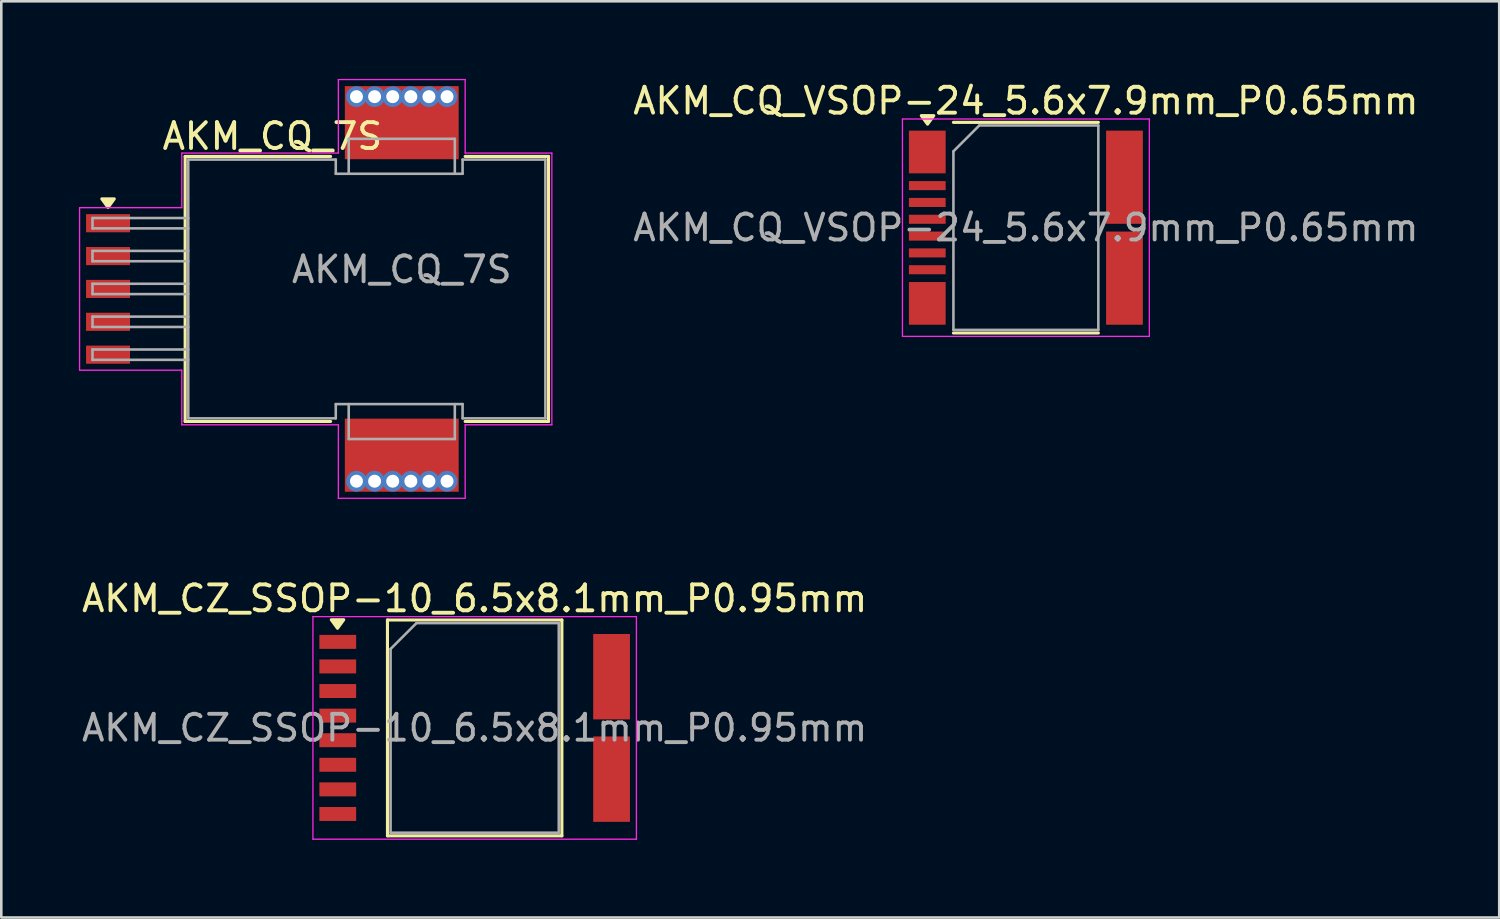
<source format=kicad_pcb>
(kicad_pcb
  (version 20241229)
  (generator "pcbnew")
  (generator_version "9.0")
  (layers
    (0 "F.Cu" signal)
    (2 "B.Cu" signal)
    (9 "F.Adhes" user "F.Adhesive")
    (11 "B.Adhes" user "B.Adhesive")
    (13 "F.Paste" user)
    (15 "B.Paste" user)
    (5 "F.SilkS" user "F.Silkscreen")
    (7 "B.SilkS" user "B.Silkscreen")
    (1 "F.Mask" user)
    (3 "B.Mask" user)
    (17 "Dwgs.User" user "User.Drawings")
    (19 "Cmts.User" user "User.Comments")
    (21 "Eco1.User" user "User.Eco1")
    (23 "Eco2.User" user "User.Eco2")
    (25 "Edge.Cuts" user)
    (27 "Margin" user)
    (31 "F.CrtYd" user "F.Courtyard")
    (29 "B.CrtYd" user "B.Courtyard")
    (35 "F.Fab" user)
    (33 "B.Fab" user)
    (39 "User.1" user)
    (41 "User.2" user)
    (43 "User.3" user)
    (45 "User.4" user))
  (footprint "AKM_CQ_7S"
    (layer "F.Cu")
    (at 7.475 8.115)
    (property "Reference" "AKM_CQ_7S" (at 0 -5.9 0) (layer "F.SilkS") (effects (font (size 1 1) (thickness 0.15))))
    (attr smd)
    (fp_line (start -3.37 -5.12) (end -3.37 5.12) (stroke (width 0.12) (type solid)) (layer "F.SilkS"))
    (fp_line (start 2.25 -5.12) (end -3.37 -5.12) (stroke (width 0.12) (type solid)) (layer "F.SilkS"))
    (fp_line (start 2.25 5.12) (end -3.37 5.12) (stroke (width 0.12) (type solid)) (layer "F.SilkS"))
    (fp_line (start 10.67 -5.12) (end 7.45 -5.12) (stroke (width 0.12) (type solid)) (layer "F.SilkS"))
    (fp_line (start 10.67 5.12) (end 7.45 5.12) (stroke (width 0.12) (type solid)) (layer "F.SilkS"))
    (fp_line (start 10.67 5.12) (end 10.67 -5.12) (stroke (width 0.12) (type solid)) (layer "F.SilkS"))
    (fp_poly (pts (xy -6.35 -3.15) (xy -6.59 -3.48) (xy -6.11 -3.48) (xy -6.35 -3.15)) (stroke (width 0.12) (type solid)) (fill yes) (layer "F.SilkS"))
    (fp_line (start -7.45 -3.14) (end -7.45 3.14) (stroke (width 0.05) (type solid)) (layer "F.CrtYd"))
    (fp_line (start -7.45 -3.14) (end -3.5 -3.14) (stroke (width 0.05) (type solid)) (layer "F.CrtYd"))
    (fp_line (start -7.45 3.14) (end -3.5 3.14) (stroke (width 0.05) (type solid)) (layer "F.CrtYd"))
    (fp_line (start -3.5 -5.25) (end 2.55 -5.25) (stroke (width 0.05) (type solid)) (layer "F.CrtYd"))
    (fp_line (start -3.5 -3.14) (end -3.5 -5.25) (stroke (width 0.05) (type solid)) (layer "F.CrtYd"))
    (fp_line (start -3.5 3.14) (end -3.5 5.25) (stroke (width 0.05) (type solid)) (layer "F.CrtYd"))
    (fp_line (start -3.5 5.25) (end 2.55 5.25) (stroke (width 0.05) (type solid)) (layer "F.CrtYd"))
    (fp_line (start 2.55 -5.25) (end 2.55 -8.09) (stroke (width 0.05) (type solid)) (layer "F.CrtYd"))
    (fp_line (start 2.55 5.25) (end 2.55 8.09) (stroke (width 0.05) (type solid)) (layer "F.CrtYd"))
    (fp_line (start 7.45 -8.09) (end 2.55 -8.09) (stroke (width 0.05) (type solid)) (layer "F.CrtYd"))
    (fp_line (start 7.45 -5.25) (end 7.45 -8.09) (stroke (width 0.05) (type solid)) (layer "F.CrtYd"))
    (fp_line (start 7.45 5.25) (end 7.45 8.09) (stroke (width 0.05) (type solid)) (layer "F.CrtYd"))
    (fp_line (start 7.45 8.09) (end 2.55 8.09) (stroke (width 0.05) (type solid)) (layer "F.CrtYd"))
    (fp_line (start 10.8 -5.25) (end 7.45 -5.25) (stroke (width 0.05) (type solid)) (layer "F.CrtYd"))
    (fp_line (start 10.8 5.25) (end 7.45 5.25) (stroke (width 0.05) (type solid)) (layer "F.CrtYd"))
    (fp_line (start 10.8 5.25) (end 10.8 -5.25) (stroke (width 0.05) (type solid)) (layer "F.CrtYd"))
    (fp_line (start -6.95 -2.74) (end -6.95 -2.34) (stroke (width 0.1) (type solid)) (layer "F.Fab"))
    (fp_line (start -6.95 -2.34) (end -3.25 -2.34) (stroke (width 0.1) (type solid)) (layer "F.Fab"))
    (fp_line (start -6.95 -1.47) (end -6.95 -1.07) (stroke (width 0.1) (type solid)) (layer "F.Fab"))
    (fp_line (start -6.95 -1.07) (end -3.25 -1.07) (stroke (width 0.1) (type solid)) (layer "F.Fab"))
    (fp_line (start -6.95 -0.2) (end -6.95 0.2) (stroke (width 0.1) (type solid)) (layer "F.Fab"))
    (fp_line (start -6.95 0.2) (end -3.25 0.2) (stroke (width 0.1) (type solid)) (layer "F.Fab"))
    (fp_line (start -6.95 1.07) (end -6.95 1.47) (stroke (width 0.1) (type solid)) (layer "F.Fab"))
    (fp_line (start -6.95 1.47) (end -3.25 1.47) (stroke (width 0.1) (type solid)) (layer "F.Fab"))
    (fp_line (start -6.95 2.34) (end -6.95 2.74) (stroke (width 0.1) (type solid)) (layer "F.Fab"))
    (fp_line (start -6.95 2.74) (end -3.25 2.74) (stroke (width 0.1) (type solid)) (layer "F.Fab"))
    (fp_line (start -3.25 -5) (end -3.25 5) (stroke (width 0.1) (type solid)) (layer "F.Fab"))
    (fp_line (start -3.25 -2.74) (end -6.95 -2.74) (stroke (width 0.1) (type solid)) (layer "F.Fab"))
    (fp_line (start -3.25 -1.47) (end -6.95 -1.47) (stroke (width 0.1) (type solid)) (layer "F.Fab"))
    (fp_line (start -3.25 -0.2) (end -6.95 -0.2) (stroke (width 0.1) (type solid)) (layer "F.Fab"))
    (fp_line (start -3.25 1.07) (end -6.95 1.07) (stroke (width 0.1) (type solid)) (layer "F.Fab"))
    (fp_line (start -3.25 2.34) (end -6.95 2.34) (stroke (width 0.1) (type solid)) (layer "F.Fab"))
    (fp_line (start 2.45 -5) (end -3.25 -5) (stroke (width 0.1) (type solid)) (layer "F.Fab"))
    (fp_line (start 2.45 -5) (end 2.45 -4.45) (stroke (width 0.1) (type solid)) (layer "F.Fab"))
    (fp_line (start 2.45 5) (end -3.25 5) (stroke (width 0.1) (type solid)) (layer "F.Fab"))
    (fp_line (start 2.45 5) (end 2.45 4.45) (stroke (width 0.1) (type solid)) (layer "F.Fab"))
    (fp_line (start 2.95 -5.8) (end 2.95 -4.45) (stroke (width 0.1) (type solid)) (layer "F.Fab"))
    (fp_line (start 2.95 5.8) (end 2.95 4.45) (stroke (width 0.1) (type solid)) (layer "F.Fab"))
    (fp_line (start 7.05 -5.8) (end 2.95 -5.8) (stroke (width 0.1) (type solid)) (layer "F.Fab"))
    (fp_line (start 7.05 -4.45) (end 7.05 -5.8) (stroke (width 0.1) (type solid)) (layer "F.Fab"))
    (fp_line (start 7.05 4.45) (end 7.05 5.8) (stroke (width 0.1) (type solid)) (layer "F.Fab"))
    (fp_line (start 7.05 5.8) (end 2.95 5.8) (stroke (width 0.1) (type solid)) (layer "F.Fab"))
    (fp_line (start 7.35 -5) (end 7.35 -4.45) (stroke (width 0.1) (type solid)) (layer "F.Fab"))
    (fp_line (start 7.35 -4.45) (end 2.45 -4.45) (stroke (width 0.1) (type solid)) (layer "F.Fab"))
    (fp_line (start 7.35 4.45) (end 2.45 4.45) (stroke (width 0.1) (type solid)) (layer "F.Fab"))
    (fp_line (start 7.35 5) (end 7.35 4.45) (stroke (width 0.1) (type solid)) (layer "F.Fab"))
    (fp_line (start 10.55 -5) (end 7.35 -5) (stroke (width 0.1) (type solid)) (layer "F.Fab"))
    (fp_line (start 10.55 5) (end 7.35 5) (stroke (width 0.1) (type solid)) (layer "F.Fab"))
    (fp_line (start 10.55 5) (end 10.55 -5) (stroke (width 0.1) (type solid)) (layer "F.Fab"))
    (fp_text user "${REFERENCE}" (at 5 -0.75 0) (layer "F.Fab") (effects (font (size 1 1) (thickness 0.15))))
    (pad "1" smd rect (at -6.35 -2.54) (size 1.7 0.7) (layers "F.Cu" "F.Mask" "F.Paste"))
    (pad "2" smd rect (at -6.35 -1.27) (size 1.7 0.7) (layers "F.Cu" "F.Mask" "F.Paste"))
    (pad "3" smd rect (at -6.35 0) (size 1.7 0.7) (layers "F.Cu" "F.Mask" "F.Paste"))
    (pad "4" smd rect (at -6.35 1.27) (size 1.7 0.7) (layers "F.Cu" "F.Mask" "F.Paste"))
    (pad "5" smd rect (at -6.35 2.54) (size 1.7 0.7) (layers "F.Cu" "F.Mask" "F.Paste"))
    (pad "6" thru_hole circle (at 3.25 7.43) (size 0.8 0.8) (drill 0.5) (layers "*.Cu" "*.Mask"))
    (pad "6" thru_hole circle (at 3.95 7.43) (size 0.8 0.8) (drill 0.5) (layers "*.Cu" "*.Mask"))
    (pad "6" thru_hole circle (at 4.65 7.43) (size 0.8 0.8) (drill 0.5) (layers "*.Cu" "*.Mask"))
    (pad "6" smd rect (at 5 6.425) (size 4.4 2.825) (layers "F.Cu" "F.Mask" "F.Paste"))
    (pad "6" thru_hole circle (at 5.35 7.43) (size 0.8 0.8) (drill 0.5) (layers "*.Cu" "*.Mask"))
    (pad "6" thru_hole circle (at 6.05 7.43) (size 0.8 0.8) (drill 0.5) (layers "*.Cu" "*.Mask"))
    (pad "6" thru_hole circle (at 6.75 7.43) (size 0.8 0.8) (drill 0.5) (layers "*.Cu" "*.Mask"))
    (pad "7" thru_hole circle (at 3.25 -7.43) (size 0.8 0.8) (drill 0.5) (layers "*.Cu" "*.Mask"))
    (pad "7" thru_hole circle (at 3.95 -7.43) (size 0.8 0.8) (drill 0.5) (layers "*.Cu" "*.Mask"))
    (pad "7" thru_hole circle (at 4.65 -7.43) (size 0.8 0.8) (drill 0.5) (layers "*.Cu" "*.Mask"))
    (pad "7" smd rect (at 5 -6.425) (size 4.4 2.825) (layers "F.Cu" "F.Mask" "F.Paste"))
    (pad "7" thru_hole circle (at 5.35 -7.43) (size 0.8 0.8) (drill 0.5) (layers "*.Cu" "*.Mask"))
    (pad "7" thru_hole circle (at 6.05 -7.43) (size 0.8 0.8) (drill 0.5) (layers "*.Cu" "*.Mask"))
    (pad "7" thru_hole circle (at 6.75 -7.43) (size 0.8 0.8) (drill 0.5) (layers "*.Cu" "*.Mask")))
  (footprint "AKM_CQ_VSOP-24_5.6x7.9mm_P0.65mm"
    (layer "F.Cu")
    (at 36.592 5.748)
    (property "Reference" "AKM_CQ_VSOP-24_5.6x7.9mm_P0.65mm" (at 0 -4.9 0) (layer "F.SilkS") (effects (font (size 1 1) (thickness 0.15))))
    (attr smd)
    (fp_line (start 2.8 -4.07) (end -2.8 -4.07) (stroke (width 0.12) (type solid)) (layer "F.SilkS"))
    (fp_line (start 2.8 4.07) (end -2.8 4.07) (stroke (width 0.12) (type solid)) (layer "F.SilkS"))
    (fp_poly (pts (xy -3.8 -4) (xy -4.04 -4.33) (xy -3.56 -4.33) (xy -3.8 -4)) (stroke (width 0.12) (type solid)) (fill yes) (layer "F.SilkS"))
    (fp_line (start -4.77 -4.2) (end 4.77 -4.2) (stroke (width 0.05) (type solid)) (layer "F.CrtYd"))
    (fp_line (start -4.77 4.2) (end -4.77 -4.2) (stroke (width 0.05) (type solid)) (layer "F.CrtYd"))
    (fp_line (start 4.77 -4.2) (end 4.77 4.2) (stroke (width 0.05) (type solid)) (layer "F.CrtYd"))
    (fp_line (start 4.77 4.2) (end -4.77 4.2) (stroke (width 0.05) (type solid)) (layer "F.CrtYd"))
    (fp_line (start -2.8 -2.95) (end -1.8 -3.95) (stroke (width 0.1) (type solid)) (layer "F.Fab"))
    (fp_line (start -2.8 3.95) (end -2.8 -2.95) (stroke (width 0.1) (type solid)) (layer "F.Fab"))
    (fp_line (start -1.8 -3.95) (end 2.8 -3.95) (stroke (width 0.1) (type solid)) (layer "F.Fab"))
    (fp_line (start 2.8 -3.95) (end 2.8 3.95) (stroke (width 0.1) (type solid)) (layer "F.Fab"))
    (fp_line (start 2.8 3.95) (end -2.8 3.95) (stroke (width 0.1) (type solid)) (layer "F.Fab"))
    (fp_text user "${REFERENCE}" (at 0 0 0) (layer "F.Fab") (effects (font (size 1 1) (thickness 0.15))))
    (pad "1" smd rect (at -3.81 -2.925) (size 1.42 1.65) (layers "F.Cu" "F.Mask" "F.Paste"))
    (pad "2" smd rect (at -3.81 -1.625) (size 1.42 0.35) (layers "F.Cu" "F.Mask" "F.Paste"))
    (pad "3" smd rect (at -3.81 -0.975) (size 1.42 0.35) (layers "F.Cu" "F.Mask" "F.Paste"))
    (pad "4" smd rect (at -3.81 -0.325) (size 1.42 0.35) (layers "F.Cu" "F.Mask" "F.Paste"))
    (pad "5" smd rect (at -3.81 0.325) (size 1.42 0.35) (layers "F.Cu" "F.Mask" "F.Paste"))
    (pad "6" smd rect (at -3.81 0.975) (size 1.42 0.35) (layers "F.Cu" "F.Mask" "F.Paste"))
    (pad "7" smd rect (at -3.81 1.625) (size 1.42 0.35) (layers "F.Cu" "F.Mask" "F.Paste"))
    (pad "8" smd rect (at -3.81 2.925) (size 1.42 1.65) (layers "F.Cu" "F.Mask" "F.Paste"))
    (pad "9" smd rect (at 3.81 1.95) (size 1.42 3.6) (layers "F.Cu" "F.Mask" "F.Paste"))
    (pad "10" smd rect (at 3.81 -1.95) (size 1.42 3.6) (layers "F.Cu" "F.Mask" "F.Paste")))
  (footprint "AKM_CZ_SSOP-10_6.5x8.1mm_P0.95mm"
    (layer "F.Cu")
    (at 15.292 25.078)
    (property "Reference" "AKM_CZ_SSOP-10_6.5x8.1mm_P0.95mm" (at 0 -5 0) (layer "F.SilkS") (effects (font (size 1 1) (thickness 0.15))))
    (attr smd)
    (fp_line (start -3.37 4.17) (end -3.37 -4.17) (stroke (width 0.12) (type solid)) (layer "F.SilkS"))
    (fp_line (start 3.37 -4.17) (end -3.37 -4.17) (stroke (width 0.12) (type solid)) (layer "F.SilkS"))
    (fp_line (start 3.37 -4.17) (end 3.37 4.17) (stroke (width 0.12) (type solid)) (layer "F.SilkS"))
    (fp_line (start 3.37 4.17) (end -3.37 4.17) (stroke (width 0.12) (type solid)) (layer "F.SilkS"))
    (fp_poly (pts (xy -5.3 -3.85) (xy -5.54 -4.18) (xy -5.06 -4.18) (xy -5.3 -3.85)) (stroke (width 0.12) (type solid)) (fill yes) (layer "F.SilkS"))
    (fp_line (start -6.25 -4.3) (end 6.25 -4.3) (stroke (width 0.05) (type solid)) (layer "F.CrtYd"))
    (fp_line (start -6.25 4.3) (end -6.25 -4.3) (stroke (width 0.05) (type solid)) (layer "F.CrtYd"))
    (fp_line (start 6.25 -4.3) (end 6.25 4.3) (stroke (width 0.05) (type solid)) (layer "F.CrtYd"))
    (fp_line (start 6.25 4.3) (end -6.25 4.3) (stroke (width 0.05) (type solid)) (layer "F.CrtYd"))
    (fp_line (start -3.25 -3.05) (end -2.25 -4.05) (stroke (width 0.1) (type solid)) (layer "F.Fab"))
    (fp_line (start -3.25 4.05) (end -3.25 -3.05) (stroke (width 0.1) (type solid)) (layer "F.Fab"))
    (fp_line (start -2.25 -4.05) (end 3.25 -4.05) (stroke (width 0.1) (type solid)) (layer "F.Fab"))
    (fp_line (start 3.25 -4.05) (end 3.25 4.05) (stroke (width 0.1) (type solid)) (layer "F.Fab"))
    (fp_line (start 3.25 4.05) (end -3.25 4.05) (stroke (width 0.1) (type solid)) (layer "F.Fab"))
    (fp_text user "${REFERENCE}" (at 0 0 0) (layer "F.Fab") (effects (font (size 1 1) (thickness 0.15))))
    (pad "1" smd rect (at -5.29 -3.325) (size 1.42 0.54) (layers "F.Cu" "F.Mask" "F.Paste"))
    (pad "2" smd rect (at -5.29 -2.375) (size 1.42 0.54) (layers "F.Cu" "F.Mask" "F.Paste"))
    (pad "3" smd rect (at -5.29 -1.425) (size 1.42 0.54) (layers "F.Cu" "F.Mask" "F.Paste"))
    (pad "4" smd rect (at -5.29 -0.475) (size 1.42 0.54) (layers "F.Cu" "F.Mask" "F.Paste"))
    (pad "5" smd rect (at -5.29 0.475) (size 1.42 0.54) (layers "F.Cu" "F.Mask" "F.Paste"))
    (pad "6" smd rect (at -5.29 1.425) (size 1.42 0.54) (layers "F.Cu" "F.Mask" "F.Paste"))
    (pad "7" smd rect (at -5.29 2.375) (size 1.42 0.54) (layers "F.Cu" "F.Mask" "F.Paste"))
    (pad "8" smd rect (at -5.29 3.325) (size 1.42 0.54) (layers "F.Cu" "F.Mask" "F.Paste"))
    (pad "9" smd rect (at 5.29 1.98) (size 1.42 3.3) (layers "F.Cu" "F.Mask" "F.Paste"))
    (pad "10" smd rect (at 5.29 -1.98) (size 1.42 3.3) (layers "F.Cu" "F.Mask" "F.Paste")))
  (gr_rect
    (start -3 -3)
    (end 54.883 32.403)
    (stroke (width 0.1) (type default))
    (fill no)
    (layer "Edge.Cuts")))
</source>
